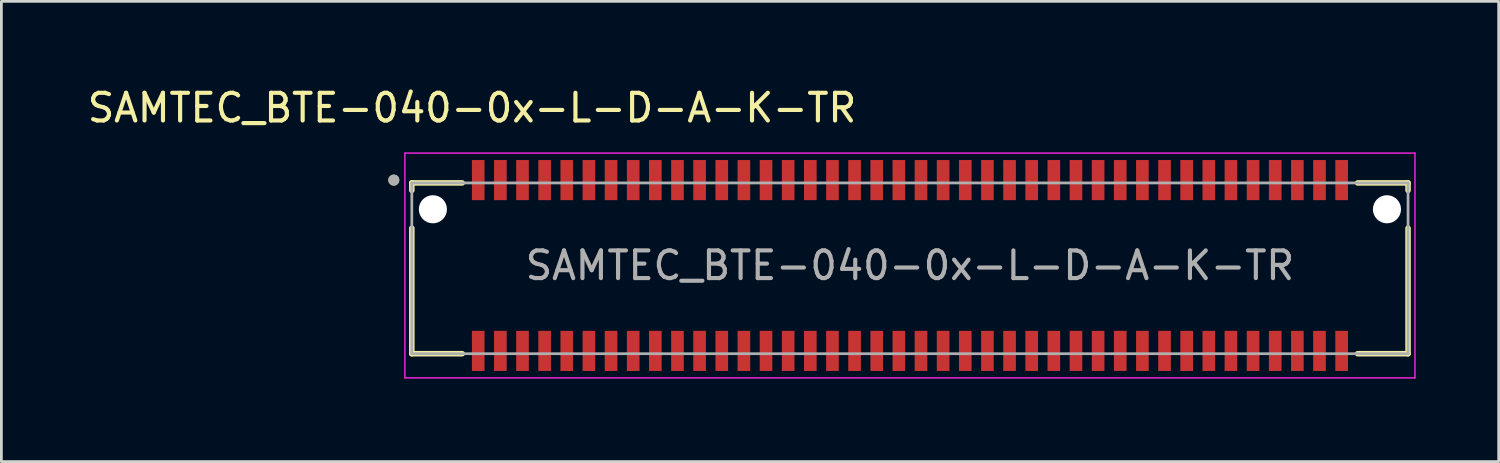
<source format=kicad_pcb>
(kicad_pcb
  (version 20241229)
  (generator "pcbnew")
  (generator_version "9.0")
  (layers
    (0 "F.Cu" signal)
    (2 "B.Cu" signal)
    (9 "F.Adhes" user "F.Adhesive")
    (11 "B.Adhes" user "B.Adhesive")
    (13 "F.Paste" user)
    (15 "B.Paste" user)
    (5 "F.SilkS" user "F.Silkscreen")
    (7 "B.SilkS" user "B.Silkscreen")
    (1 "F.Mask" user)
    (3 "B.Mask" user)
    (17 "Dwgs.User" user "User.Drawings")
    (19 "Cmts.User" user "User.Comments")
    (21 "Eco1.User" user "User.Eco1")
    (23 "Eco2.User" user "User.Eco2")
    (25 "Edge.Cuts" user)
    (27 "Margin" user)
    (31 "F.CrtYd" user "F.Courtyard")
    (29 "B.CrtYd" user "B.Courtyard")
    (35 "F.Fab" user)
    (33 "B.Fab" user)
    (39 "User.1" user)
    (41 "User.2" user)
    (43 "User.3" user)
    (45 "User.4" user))
  (footprint "SAMTEC_BTE-040-0x-L-D-A-K-TR"
    (layer "F.Cu")
    (at 29.831 6.544)
    (property "Reference" "SAMTEC_BTE-040-0x-L-D-A-K-TR" (at -15.825 -5.696 0) (layer "F.SilkS") (effects (font (size 1 1) (thickness 0.15))))
    (attr through_hole)
    (fp_line (start -18 -2.984) (end -18 -2.715) (stroke (width 0.2) (type solid)) (layer "F.SilkS"))
    (fp_line (start -18 -2.984) (end -16.179 -2.984) (stroke (width 0.2) (type solid)) (layer "F.SilkS"))
    (fp_line (start -18 -1.349) (end -18 3.187) (stroke (width 0.2) (type solid)) (layer "F.SilkS"))
    (fp_line (start -16.179 3.187) (end -18 3.187) (stroke (width 0.2) (type solid)) (layer "F.SilkS"))
    (fp_line (start 16.179 -2.984) (end 18 -2.984) (stroke (width 0.2) (type solid)) (layer "F.SilkS"))
    (fp_line (start 16.179 3.187) (end 18 3.187) (stroke (width 0.2) (type solid)) (layer "F.SilkS"))
    (fp_line (start 18 -2.715) (end 18 -2.984) (stroke (width 0.2) (type solid)) (layer "F.SilkS"))
    (fp_line (start 18 3.187) (end 18 -1.349) (stroke (width 0.2) (type solid)) (layer "F.SilkS"))
    (fp_circle (center -18.65 -3.086) (end -18.55 -3.086) (stroke (width 0.2) (type solid)) (fill no) (layer "F.SilkS"))
    (fp_line (start -18.25 -4.061) (end 18.25 -4.061) (stroke (width 0.05) (type solid)) (layer "F.CrtYd"))
    (fp_line (start -18.25 4.061) (end -18.25 -4.061) (stroke (width 0.05) (type solid)) (layer "F.CrtYd"))
    (fp_line (start 18.25 -4.061) (end 18.25 4.061) (stroke (width 0.05) (type solid)) (layer "F.CrtYd"))
    (fp_line (start 18.25 4.061) (end -18.25 4.061) (stroke (width 0.05) (type solid)) (layer "F.CrtYd"))
    (fp_line (start -18 -2.984) (end 18 -2.984) (stroke (width 0.1) (type solid)) (layer "F.Fab"))
    (fp_line (start -18 3.187) (end -18 -2.984) (stroke (width 0.1) (type solid)) (layer "F.Fab"))
    (fp_line (start 18 -2.984) (end 18 3.187) (stroke (width 0.1) (type solid)) (layer "F.Fab"))
    (fp_line (start 18 3.187) (end -18 3.187) (stroke (width 0.1) (type solid)) (layer "F.Fab"))
    (fp_circle (center -18.65 -3.086) (end -18.55 -3.086) (stroke (width 0.2) (type solid)) (fill no) (layer "F.Fab"))
    (fp_text user "${REFERENCE}" (at 0 0 0) (unlocked yes) (layer "F.Fab") (effects (font (size 1 1) (thickness 0.15))))
    (pad "" np_thru_hole circle (at -17.238 -2.032) (size 1.016 1.016) (drill 1.016) (layers "*.Cu" "*.Mask"))
    (pad "" np_thru_hole circle (at 17.238 -2.032) (size 1.016 1.016) (drill 1.016) (layers "*.Cu" "*.Mask"))
    (pad "1" smd rect (at -15.6 -3.086) (size 0.457 1.45) (layers "F.Cu" "F.Mask" "F.Paste"))
    (pad "2" smd rect (at -15.6 3.086) (size 0.457 1.45) (layers "F.Cu" "F.Mask" "F.Paste"))
    (pad "3" smd rect (at -14.8 -3.086) (size 0.457 1.45) (layers "F.Cu" "F.Mask" "F.Paste"))
    (pad "4" smd rect (at -14.8 3.086) (size 0.457 1.45) (layers "F.Cu" "F.Mask" "F.Paste"))
    (pad "5" smd rect (at -14 -3.086) (size 0.457 1.45) (layers "F.Cu" "F.Mask" "F.Paste"))
    (pad "6" smd rect (at -14 3.086) (size 0.457 1.45) (layers "F.Cu" "F.Mask" "F.Paste"))
    (pad "7" smd rect (at -13.2 -3.086) (size 0.457 1.45) (layers "F.Cu" "F.Mask" "F.Paste"))
    (pad "8" smd rect (at -13.2 3.086) (size 0.457 1.45) (layers "F.Cu" "F.Mask" "F.Paste"))
    (pad "9" smd rect (at -12.4 -3.086) (size 0.457 1.45) (layers "F.Cu" "F.Mask" "F.Paste"))
    (pad "10" smd rect (at -12.4 3.086) (size 0.457 1.45) (layers "F.Cu" "F.Mask" "F.Paste"))
    (pad "11" smd rect (at -11.6 -3.086) (size 0.457 1.45) (layers "F.Cu" "F.Mask" "F.Paste"))
    (pad "12" smd rect (at -11.6 3.086) (size 0.457 1.45) (layers "F.Cu" "F.Mask" "F.Paste"))
    (pad "13" smd rect (at -10.8 -3.086) (size 0.457 1.45) (layers "F.Cu" "F.Mask" "F.Paste"))
    (pad "14" smd rect (at -10.8 3.086) (size 0.457 1.45) (layers "F.Cu" "F.Mask" "F.Paste"))
    (pad "15" smd rect (at -10 -3.086) (size 0.457 1.45) (layers "F.Cu" "F.Mask" "F.Paste"))
    (pad "16" smd rect (at -10 3.086) (size 0.457 1.45) (layers "F.Cu" "F.Mask" "F.Paste"))
    (pad "17" smd rect (at -9.2 -3.086) (size 0.457 1.45) (layers "F.Cu" "F.Mask" "F.Paste"))
    (pad "18" smd rect (at -9.2 3.086) (size 0.457 1.45) (layers "F.Cu" "F.Mask" "F.Paste"))
    (pad "19" smd rect (at -8.4 -3.086) (size 0.457 1.45) (layers "F.Cu" "F.Mask" "F.Paste"))
    (pad "20" smd rect (at -8.4 3.086) (size 0.457 1.45) (layers "F.Cu" "F.Mask" "F.Paste"))
    (pad "21" smd rect (at -7.6 -3.086) (size 0.457 1.45) (layers "F.Cu" "F.Mask" "F.Paste"))
    (pad "22" smd rect (at -7.6 3.086) (size 0.457 1.45) (layers "F.Cu" "F.Mask" "F.Paste"))
    (pad "23" smd rect (at -6.8 -3.086) (size 0.457 1.45) (layers "F.Cu" "F.Mask" "F.Paste"))
    (pad "24" smd rect (at -6.8 3.086) (size 0.457 1.45) (layers "F.Cu" "F.Mask" "F.Paste"))
    (pad "25" smd rect (at -6 -3.086) (size 0.457 1.45) (layers "F.Cu" "F.Mask" "F.Paste"))
    (pad "26" smd rect (at -6 3.086) (size 0.457 1.45) (layers "F.Cu" "F.Mask" "F.Paste"))
    (pad "27" smd rect (at -5.2 -3.086) (size 0.457 1.45) (layers "F.Cu" "F.Mask" "F.Paste"))
    (pad "28" smd rect (at -5.2 3.086) (size 0.457 1.45) (layers "F.Cu" "F.Mask" "F.Paste"))
    (pad "29" smd rect (at -4.4 -3.086) (size 0.457 1.45) (layers "F.Cu" "F.Mask" "F.Paste"))
    (pad "30" smd rect (at -4.4 3.086) (size 0.457 1.45) (layers "F.Cu" "F.Mask" "F.Paste"))
    (pad "31" smd rect (at -3.6 -3.086) (size 0.457 1.45) (layers "F.Cu" "F.Mask" "F.Paste"))
    (pad "32" smd rect (at -3.6 3.086) (size 0.457 1.45) (layers "F.Cu" "F.Mask" "F.Paste"))
    (pad "33" smd rect (at -2.8 -3.086) (size 0.457 1.45) (layers "F.Cu" "F.Mask" "F.Paste"))
    (pad "34" smd rect (at -2.8 3.086) (size 0.457 1.45) (layers "F.Cu" "F.Mask" "F.Paste"))
    (pad "35" smd rect (at -2 -3.086) (size 0.457 1.45) (layers "F.Cu" "F.Mask" "F.Paste"))
    (pad "36" smd rect (at -2 3.086) (size 0.457 1.45) (layers "F.Cu" "F.Mask" "F.Paste"))
    (pad "37" smd rect (at -1.2 -3.086) (size 0.457 1.45) (layers "F.Cu" "F.Mask" "F.Paste"))
    (pad "38" smd rect (at -1.2 3.086) (size 0.457 1.45) (layers "F.Cu" "F.Mask" "F.Paste"))
    (pad "39" smd rect (at -0.4 -3.086) (size 0.457 1.45) (layers "F.Cu" "F.Mask" "F.Paste"))
    (pad "40" smd rect (at -0.4 3.086) (size 0.457 1.45) (layers "F.Cu" "F.Mask" "F.Paste"))
    (pad "41" smd rect (at 0.4 -3.086) (size 0.457 1.45) (layers "F.Cu" "F.Mask" "F.Paste"))
    (pad "42" smd rect (at 0.4 3.086) (size 0.457 1.45) (layers "F.Cu" "F.Mask" "F.Paste"))
    (pad "43" smd rect (at 1.2 -3.086) (size 0.457 1.45) (layers "F.Cu" "F.Mask" "F.Paste"))
    (pad "44" smd rect (at 1.2 3.086) (size 0.457 1.45) (layers "F.Cu" "F.Mask" "F.Paste"))
    (pad "45" smd rect (at 2 -3.086) (size 0.457 1.45) (layers "F.Cu" "F.Mask" "F.Paste"))
    (pad "46" smd rect (at 2 3.086) (size 0.457 1.45) (layers "F.Cu" "F.Mask" "F.Paste"))
    (pad "47" smd rect (at 2.8 -3.086) (size 0.457 1.45) (layers "F.Cu" "F.Mask" "F.Paste"))
    (pad "48" smd rect (at 2.8 3.086) (size 0.457 1.45) (layers "F.Cu" "F.Mask" "F.Paste"))
    (pad "49" smd rect (at 3.6 -3.086) (size 0.457 1.45) (layers "F.Cu" "F.Mask" "F.Paste"))
    (pad "50" smd rect (at 3.6 3.086) (size 0.457 1.45) (layers "F.Cu" "F.Mask" "F.Paste"))
    (pad "51" smd rect (at 4.4 -3.086) (size 0.457 1.45) (layers "F.Cu" "F.Mask" "F.Paste"))
    (pad "52" smd rect (at 4.4 3.086) (size 0.457 1.45) (layers "F.Cu" "F.Mask" "F.Paste"))
    (pad "53" smd rect (at 5.2 -3.086) (size 0.457 1.45) (layers "F.Cu" "F.Mask" "F.Paste"))
    (pad "54" smd rect (at 5.2 3.086) (size 0.457 1.45) (layers "F.Cu" "F.Mask" "F.Paste"))
    (pad "55" smd rect (at 6 -3.086) (size 0.457 1.45) (layers "F.Cu" "F.Mask" "F.Paste"))
    (pad "56" smd rect (at 6 3.086) (size 0.457 1.45) (layers "F.Cu" "F.Mask" "F.Paste"))
    (pad "57" smd rect (at 6.8 -3.086) (size 0.457 1.45) (layers "F.Cu" "F.Mask" "F.Paste"))
    (pad "58" smd rect (at 6.8 3.086) (size 0.457 1.45) (layers "F.Cu" "F.Mask" "F.Paste"))
    (pad "59" smd rect (at 7.6 -3.086) (size 0.457 1.45) (layers "F.Cu" "F.Mask" "F.Paste"))
    (pad "60" smd rect (at 7.6 3.086) (size 0.457 1.45) (layers "F.Cu" "F.Mask" "F.Paste"))
    (pad "61" smd rect (at 8.4 -3.086) (size 0.457 1.45) (layers "F.Cu" "F.Mask" "F.Paste"))
    (pad "62" smd rect (at 8.4 3.086) (size 0.457 1.45) (layers "F.Cu" "F.Mask" "F.Paste"))
    (pad "63" smd rect (at 9.2 -3.086) (size 0.457 1.45) (layers "F.Cu" "F.Mask" "F.Paste"))
    (pad "64" smd rect (at 9.2 3.086) (size 0.457 1.45) (layers "F.Cu" "F.Mask" "F.Paste"))
    (pad "65" smd rect (at 10 -3.086) (size 0.457 1.45) (layers "F.Cu" "F.Mask" "F.Paste"))
    (pad "66" smd rect (at 10 3.086) (size 0.457 1.45) (layers "F.Cu" "F.Mask" "F.Paste"))
    (pad "67" smd rect (at 10.8 -3.086) (size 0.457 1.45) (layers "F.Cu" "F.Mask" "F.Paste"))
    (pad "68" smd rect (at 10.8 3.086) (size 0.457 1.45) (layers "F.Cu" "F.Mask" "F.Paste"))
    (pad "69" smd rect (at 11.6 -3.086) (size 0.457 1.45) (layers "F.Cu" "F.Mask" "F.Paste"))
    (pad "70" smd rect (at 11.6 3.086) (size 0.457 1.45) (layers "F.Cu" "F.Mask" "F.Paste"))
    (pad "71" smd rect (at 12.4 -3.086) (size 0.457 1.45) (layers "F.Cu" "F.Mask" "F.Paste"))
    (pad "72" smd rect (at 12.4 3.086) (size 0.457 1.45) (layers "F.Cu" "F.Mask" "F.Paste"))
    (pad "73" smd rect (at 13.2 -3.086) (size 0.457 1.45) (layers "F.Cu" "F.Mask" "F.Paste"))
    (pad "74" smd rect (at 13.2 3.086) (size 0.457 1.45) (layers "F.Cu" "F.Mask" "F.Paste"))
    (pad "75" smd rect (at 14 -3.086) (size 0.457 1.45) (layers "F.Cu" "F.Mask" "F.Paste"))
    (pad "76" smd rect (at 14 3.086) (size 0.457 1.45) (layers "F.Cu" "F.Mask" "F.Paste"))
    (pad "77" smd rect (at 14.8 -3.086) (size 0.457 1.45) (layers "F.Cu" "F.Mask" "F.Paste"))
    (pad "78" smd rect (at 14.8 3.086) (size 0.457 1.45) (layers "F.Cu" "F.Mask" "F.Paste"))
    (pad "79" smd rect (at 15.6 -3.086) (size 0.457 1.45) (layers "F.Cu" "F.Mask" "F.Paste"))
    (pad "80" smd rect (at 15.6 3.086) (size 0.457 1.45) (layers "F.Cu" "F.Mask" "F.Paste")))
  (gr_rect
    (start -3 -3)
    (end 51.106 13.63)
    (stroke (width 0.1) (type default))
    (fill no)
    (layer "Edge.Cuts")))
</source>
